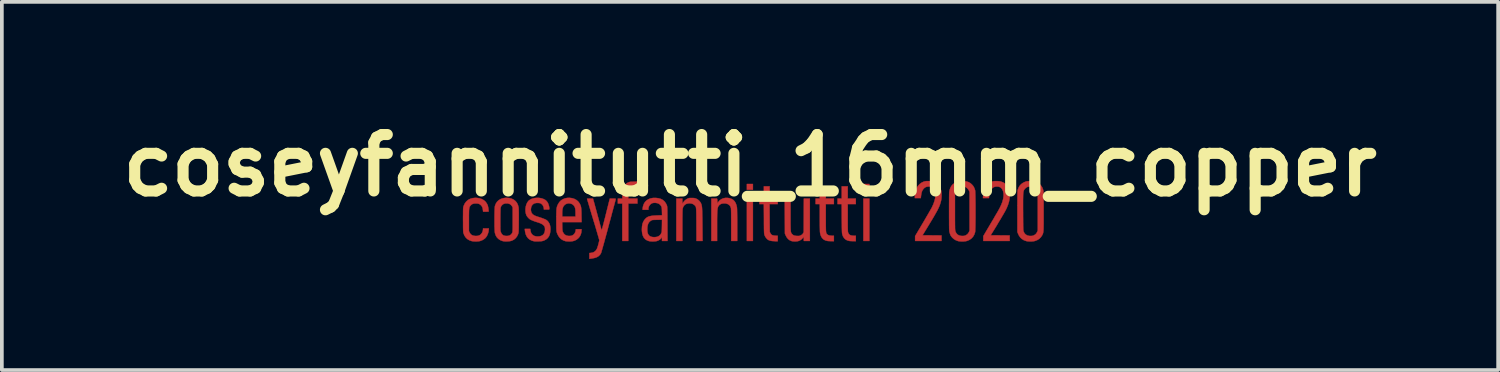
<source format=kicad_pcb>
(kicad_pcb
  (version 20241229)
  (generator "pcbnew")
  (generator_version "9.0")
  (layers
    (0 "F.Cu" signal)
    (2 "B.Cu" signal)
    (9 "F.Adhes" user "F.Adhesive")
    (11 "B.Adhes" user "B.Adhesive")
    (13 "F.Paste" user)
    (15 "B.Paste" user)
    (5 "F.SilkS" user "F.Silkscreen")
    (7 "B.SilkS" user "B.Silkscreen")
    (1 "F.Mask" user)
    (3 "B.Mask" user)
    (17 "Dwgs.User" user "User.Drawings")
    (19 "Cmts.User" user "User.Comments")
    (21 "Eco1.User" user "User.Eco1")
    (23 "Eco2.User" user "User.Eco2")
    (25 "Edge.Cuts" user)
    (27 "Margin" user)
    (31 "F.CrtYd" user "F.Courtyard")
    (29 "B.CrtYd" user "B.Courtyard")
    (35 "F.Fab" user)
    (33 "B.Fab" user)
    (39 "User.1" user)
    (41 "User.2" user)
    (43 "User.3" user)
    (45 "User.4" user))
  (footprint "coseyfannitutti_16mm_copper"
    (layer "F.Cu")
    (at 17.207 1.418)
    (property "Reference" "coseyfannitutti_16mm_copper" (at 0 0 180) (layer "F.SilkS") (effects (font (size 1.524 1.524) (thickness 0.3))))
    (attr through_hole)
    (fp_poly (pts (xy 0.078 0.656) (xy -0.085 0.656) (xy -0.085 0.501) (xy 0.078 0.501) (xy 0.078 0.656)) (stroke (width 0.01) (type solid)) (fill yes) (layer "F.Cu"))
    (fp_poly (pts (xy 0.078 2.039) (xy -0.085 2.039) (xy -0.085 0.896) (xy 0.078 0.896) (xy 0.078 2.039)) (stroke (width 0.01) (type solid)) (fill yes) (layer "F.Cu"))
    (fp_poly (pts (xy 3.224 0.656) (xy 3.062 0.656) (xy 3.062 0.501) (xy 3.224 0.501) (xy 3.224 0.656)) (stroke (width 0.01) (type solid)) (fill yes) (layer "F.Cu"))
    (fp_poly (pts (xy 3.224 2.039) (xy 3.062 2.039) (xy 3.062 0.896) (xy 3.224 0.896) (xy 3.224 2.039)) (stroke (width 0.01) (type solid)) (fill yes) (layer "F.Cu"))
    (fp_poly (pts (xy 0.531 0.728) (xy 0.533 0.893) (xy 0.748 0.896) (xy 0.748 1.044) (xy 0.528 1.044) (xy 0.53 1.42) (xy 0.533 1.796) (xy 0.549 1.829) (xy 0.566 1.856) (xy 0.586 1.875) (xy 0.612 1.887) (xy 0.648 1.894) (xy 0.682 1.897) (xy 0.748 1.9) (xy 0.748 2.046) (xy 0.676 2.046) (xy 0.64 2.044) (xy 0.604 2.042) (xy 0.575 2.038) (xy 0.564 2.036) (xy 0.537 2.029) (xy 0.51 2.02) (xy 0.499 2.015) (xy 0.466 1.993) (xy 0.436 1.96) (xy 0.41 1.922) (xy 0.393 1.885) (xy 0.39 1.875) (xy 0.387 1.864) (xy 0.385 1.853) (xy 0.383 1.84) (xy 0.381 1.823) (xy 0.38 1.802) (xy 0.379 1.774) (xy 0.378 1.74) (xy 0.377 1.697) (xy 0.377 1.645) (xy 0.376 1.582) (xy 0.376 1.507) (xy 0.376 1.441) (xy 0.373 1.044) (xy 0.254 1.044) (xy 0.254 0.896) (xy 0.374 0.896) (xy 0.374 0.564) (xy 0.529 0.564) (xy 0.531 0.728)) (stroke (width 0.01) (type solid)) (fill yes) (layer "F.Cu"))
    (fp_poly (pts (xy -3.041 0.586) (xy -3.115 0.586) (xy -3.157 0.586) (xy -3.188 0.589) (xy -3.212 0.595) (xy -3.23 0.605) (xy -3.247 0.619) (xy -3.263 0.638) (xy -3.274 0.664) (xy -3.282 0.697) (xy -3.286 0.74) (xy -3.288 0.795) (xy -3.288 0.802) (xy -3.288 0.896) (xy -3.041 0.896) (xy -3.041 1.03) (xy -3.288 1.03) (xy -3.288 2.039) (xy -3.45 2.039) (xy -3.45 1.03) (xy -3.57 1.03) (xy -3.57 0.896) (xy -3.51 0.896) (xy -3.483 0.896) (xy -3.462 0.895) (xy -3.451 0.895) (xy -3.449 0.894) (xy -3.449 0.887) (xy -3.448 0.868) (xy -3.447 0.839) (xy -3.445 0.803) (xy -3.443 0.766) (xy -3.441 0.717) (xy -3.439 0.68) (xy -3.436 0.652) (xy -3.432 0.63) (xy -3.427 0.611) (xy -3.423 0.598) (xy -3.398 0.551) (xy -3.362 0.509) (xy -3.319 0.475) (xy -3.293 0.462) (xy -3.275 0.454) (xy -3.258 0.448) (xy -3.24 0.444) (xy -3.218 0.442) (xy -3.187 0.44) (xy -3.146 0.439) (xy -3.145 0.439) (xy -3.041 0.436) (xy -3.041 0.586)) (stroke (width 0.01) (type solid)) (fill yes) (layer "F.Cu"))
    (fp_poly (pts (xy 2.046 0.896) (xy 2.265 0.896) (xy 2.265 1.044) (xy 2.046 1.044) (xy 2.046 1.416) (xy 2.047 1.502) (xy 2.047 1.575) (xy 2.047 1.636) (xy 2.048 1.687) (xy 2.049 1.728) (xy 2.05 1.761) (xy 2.053 1.787) (xy 2.055 1.807) (xy 2.059 1.822) (xy 2.063 1.834) (xy 2.068 1.843) (xy 2.074 1.852) (xy 2.079 1.857) (xy 2.106 1.878) (xy 2.143 1.892) (xy 2.192 1.897) (xy 2.207 1.898) (xy 2.265 1.898) (xy 2.265 2.046) (xy 2.193 2.045) (xy 2.158 2.044) (xy 2.125 2.043) (xy 2.098 2.04) (xy 2.088 2.039) (xy 2.032 2.024) (xy 1.985 1.998) (xy 1.947 1.961) (xy 1.919 1.914) (xy 1.899 1.856) (xy 1.891 1.81) (xy 1.889 1.793) (xy 1.888 1.764) (xy 1.887 1.724) (xy 1.886 1.674) (xy 1.885 1.616) (xy 1.885 1.553) (xy 1.884 1.484) (xy 1.884 1.413) (xy 1.884 1.402) (xy 1.884 1.044) (xy 1.771 1.044) (xy 1.771 0.896) (xy 1.884 0.896) (xy 1.884 0.564) (xy 2.046 0.564) (xy 2.046 0.896)) (stroke (width 0.01) (type solid)) (fill yes) (layer "F.Cu"))
    (fp_poly (pts (xy 2.639 0.896) (xy 2.857 0.896) (xy 2.857 1.044) (xy 2.639 1.044) (xy 2.639 1.414) (xy 2.639 1.498) (xy 2.639 1.569) (xy 2.639 1.628) (xy 2.64 1.676) (xy 2.641 1.715) (xy 2.642 1.746) (xy 2.643 1.77) (xy 2.644 1.788) (xy 2.646 1.801) (xy 2.649 1.811) (xy 2.65 1.814) (xy 2.666 1.847) (xy 2.688 1.872) (xy 2.719 1.887) (xy 2.759 1.896) (xy 2.799 1.898) (xy 2.857 1.898) (xy 2.857 2.046) (xy 2.785 2.045) (xy 2.75 2.044) (xy 2.717 2.043) (xy 2.69 2.04) (xy 2.68 2.039) (xy 2.624 2.024) (xy 2.578 1.998) (xy 2.54 1.962) (xy 2.511 1.915) (xy 2.493 1.865) (xy 2.49 1.855) (xy 2.488 1.842) (xy 2.486 1.826) (xy 2.484 1.806) (xy 2.483 1.78) (xy 2.482 1.747) (xy 2.481 1.706) (xy 2.48 1.656) (xy 2.48 1.595) (xy 2.479 1.522) (xy 2.478 1.437) (xy 2.478 1.434) (xy 2.476 1.044) (xy 2.364 1.044) (xy 2.364 0.896) (xy 2.477 0.896) (xy 2.477 0.564) (xy 2.639 0.564) (xy 2.639 0.896)) (stroke (width 0.01) (type solid)) (fill yes) (layer "F.Cu"))
    (fp_poly (pts (xy 1.094 1.329) (xy 1.094 1.423) (xy 1.094 1.504) (xy 1.094 1.573) (xy 1.095 1.631) (xy 1.096 1.679) (xy 1.097 1.719) (xy 1.099 1.751) (xy 1.101 1.776) (xy 1.105 1.796) (xy 1.109 1.812) (xy 1.113 1.824) (xy 1.119 1.834) (xy 1.126 1.843) (xy 1.134 1.852) (xy 1.135 1.853) (xy 1.157 1.874) (xy 1.182 1.889) (xy 1.212 1.898) (xy 1.251 1.903) (xy 1.268 1.904) (xy 1.3 1.905) (xy 1.323 1.904) (xy 1.341 1.901) (xy 1.358 1.894) (xy 1.372 1.888) (xy 1.4 1.871) (xy 1.42 1.852) (xy 1.431 1.836) (xy 1.45 1.803) (xy 1.452 1.349) (xy 1.454 0.896) (xy 1.616 0.896) (xy 1.616 2.039) (xy 1.454 2.039) (xy 1.452 1.982) (xy 1.45 1.925) (xy 1.428 1.956) (xy 1.393 1.995) (xy 1.348 2.025) (xy 1.306 2.042) (xy 1.27 2.049) (xy 1.226 2.052) (xy 1.182 2.051) (xy 1.141 2.047) (xy 1.121 2.042) (xy 1.069 2.019) (xy 1.025 1.984) (xy 0.988 1.937) (xy 0.958 1.878) (xy 0.942 1.838) (xy 0.94 1.367) (xy 0.938 0.896) (xy 1.094 0.896) (xy 1.094 1.329)) (stroke (width 0.01) (type solid)) (fill yes) (layer "F.Cu"))
    (fp_poly (pts (xy -0.554 0.885) (xy -0.498 0.904) (xy -0.452 0.932) (xy -0.415 0.971) (xy -0.386 1.02) (xy -0.365 1.08) (xy -0.353 1.135) (xy -0.352 1.154) (xy -0.35 1.187) (xy -0.349 1.234) (xy -0.348 1.293) (xy -0.347 1.364) (xy -0.346 1.448) (xy -0.346 1.542) (xy -0.346 1.612) (xy -0.346 2.039) (xy -0.508 2.039) (xy -0.508 1.608) (xy -0.508 1.505) (xy -0.509 1.414) (xy -0.509 1.336) (xy -0.51 1.271) (xy -0.511 1.219) (xy -0.513 1.181) (xy -0.514 1.157) (xy -0.516 1.148) (xy -0.533 1.103) (xy -0.561 1.069) (xy -0.599 1.044) (xy -0.647 1.029) (xy -0.677 1.025) (xy -0.728 1.026) (xy -0.774 1.036) (xy -0.811 1.055) (xy -0.824 1.066) (xy -0.837 1.079) (xy -0.847 1.092) (xy -0.857 1.105) (xy -0.864 1.121) (xy -0.871 1.141) (xy -0.876 1.164) (xy -0.88 1.193) (xy -0.883 1.229) (xy -0.885 1.272) (xy -0.887 1.324) (xy -0.888 1.386) (xy -0.889 1.458) (xy -0.889 1.543) (xy -0.889 1.638) (xy -0.889 2.039) (xy -1.044 2.039) (xy -1.044 0.896) (xy -0.891 0.896) (xy -0.886 0.918) (xy -0.884 0.937) (xy -0.882 0.964) (xy -0.882 0.983) (xy -0.882 1.026) (xy -0.862 0.994) (xy -0.825 0.949) (xy -0.78 0.914) (xy -0.727 0.89) (xy -0.669 0.877) (xy -0.606 0.877) (xy -0.554 0.885)) (stroke (width 0.01) (type solid)) (fill yes) (layer "F.Cu"))
    (fp_poly (pts (xy -1.535 0.88) (xy -1.507 0.882) (xy -1.483 0.887) (xy -1.459 0.895) (xy -1.457 0.896) (xy -1.411 0.921) (xy -1.369 0.957) (xy -1.337 1) (xy -1.331 1.011) (xy -1.324 1.026) (xy -1.317 1.041) (xy -1.311 1.057) (xy -1.307 1.074) (xy -1.303 1.095) (xy -1.299 1.119) (xy -1.296 1.149) (xy -1.294 1.185) (xy -1.292 1.228) (xy -1.291 1.28) (xy -1.29 1.341) (xy -1.288 1.414) (xy -1.287 1.498) (xy -1.286 1.593) (xy -1.282 2.039) (xy -1.446 2.039) (xy -1.448 1.596) (xy -1.448 1.503) (xy -1.449 1.422) (xy -1.449 1.353) (xy -1.45 1.295) (xy -1.451 1.247) (xy -1.453 1.207) (xy -1.455 1.176) (xy -1.458 1.15) (xy -1.461 1.13) (xy -1.466 1.115) (xy -1.472 1.103) (xy -1.479 1.093) (xy -1.487 1.084) (xy -1.497 1.075) (xy -1.507 1.066) (xy -1.543 1.042) (xy -1.585 1.028) (xy -1.635 1.024) (xy -1.658 1.025) (xy -1.709 1.034) (xy -1.751 1.055) (xy -1.784 1.087) (xy -1.808 1.129) (xy -1.819 1.168) (xy -1.821 1.184) (xy -1.823 1.211) (xy -1.824 1.25) (xy -1.825 1.301) (xy -1.826 1.364) (xy -1.827 1.439) (xy -1.827 1.529) (xy -1.827 1.624) (xy -1.827 2.039) (xy -1.99 2.039) (xy -1.99 0.896) (xy -1.827 0.896) (xy -1.827 1.033) (xy -1.807 1.002) (xy -1.767 0.952) (xy -1.719 0.914) (xy -1.69 0.898) (xy -1.669 0.889) (xy -1.65 0.883) (xy -1.63 0.88) (xy -1.604 0.879) (xy -1.573 0.879) (xy -1.535 0.88)) (stroke (width 0.01) (type solid)) (fill yes) (layer "F.Cu"))
    (fp_poly (pts (xy 6.683 0.424) (xy 6.727 0.427) (xy 6.763 0.433) (xy 6.769 0.434) (xy 6.834 0.457) (xy 6.888 0.491) (xy 6.934 0.535) (xy 6.969 0.589) (xy 6.994 0.652) (xy 7.01 0.725) (xy 7.015 0.807) (xy 7.015 0.808) (xy 7.01 0.89) (xy 6.996 0.972) (xy 6.971 1.055) (xy 6.936 1.143) (xy 6.907 1.203) (xy 6.894 1.227) (xy 6.875 1.262) (xy 6.85 1.305) (xy 6.82 1.356) (xy 6.787 1.413) (xy 6.75 1.475) (xy 6.711 1.539) (xy 6.672 1.606) (xy 6.632 1.672) (xy 6.592 1.737) (xy 6.554 1.798) (xy 6.521 1.852) (xy 6.499 1.887) (xy 6.756 1.889) (xy 7.013 1.891) (xy 7.013 2.039) (xy 6.301 2.039) (xy 6.301 1.908) (xy 6.499 1.573) (xy 6.538 1.507) (xy 6.576 1.443) (xy 6.612 1.38) (xy 6.646 1.322) (xy 6.677 1.27) (xy 6.703 1.225) (xy 6.723 1.188) (xy 6.738 1.161) (xy 6.742 1.154) (xy 6.784 1.066) (xy 6.816 0.983) (xy 6.837 0.904) (xy 6.848 0.83) (xy 6.848 0.763) (xy 6.837 0.703) (xy 6.818 0.655) (xy 6.792 0.617) (xy 6.76 0.591) (xy 6.721 0.575) (xy 6.673 0.57) (xy 6.668 0.57) (xy 6.62 0.574) (xy 6.581 0.588) (xy 6.546 0.613) (xy 6.53 0.629) (xy 6.503 0.665) (xy 6.483 0.707) (xy 6.469 0.758) (xy 6.461 0.813) (xy 6.453 0.882) (xy 6.291 0.882) (xy 6.296 0.81) (xy 6.304 0.735) (xy 6.321 0.666) (xy 6.344 0.605) (xy 6.347 0.598) (xy 6.378 0.551) (xy 6.419 0.508) (xy 6.466 0.471) (xy 6.517 0.444) (xy 6.558 0.43) (xy 6.593 0.425) (xy 6.636 0.423) (xy 6.683 0.424)) (stroke (width 0.01) (type solid)) (fill yes) (layer "F.Cu"))
    (fp_poly (pts (xy 4.839 0.423) (xy 4.883 0.426) (xy 4.92 0.432) (xy 4.928 0.434) (xy 4.992 0.457) (xy 5.048 0.491) (xy 5.093 0.536) (xy 5.129 0.591) (xy 5.156 0.656) (xy 5.162 0.677) (xy 5.169 0.717) (xy 5.173 0.766) (xy 5.174 0.82) (xy 5.171 0.874) (xy 5.165 0.923) (xy 5.162 0.942) (xy 5.153 0.979) (xy 5.143 1.015) (xy 5.132 1.051) (xy 5.118 1.088) (xy 5.102 1.127) (xy 5.082 1.169) (xy 5.058 1.217) (xy 5.029 1.269) (xy 4.995 1.329) (xy 4.956 1.397) (xy 4.91 1.474) (xy 4.857 1.561) (xy 4.846 1.58) (xy 4.659 1.887) (xy 4.915 1.889) (xy 5.172 1.891) (xy 5.172 2.039) (xy 4.459 2.039) (xy 4.459 1.909) (xy 4.668 1.556) (xy 4.708 1.489) (xy 4.746 1.423) (xy 4.782 1.361) (xy 4.816 1.303) (xy 4.846 1.25) (xy 4.872 1.205) (xy 4.893 1.168) (xy 4.908 1.141) (xy 4.914 1.129) (xy 4.952 1.046) (xy 4.98 0.967) (xy 4.999 0.892) (xy 5.008 0.823) (xy 5.007 0.771) (xy 5.002 0.727) (xy 4.993 0.693) (xy 4.98 0.663) (xy 4.965 0.638) (xy 4.935 0.604) (xy 4.899 0.582) (xy 4.854 0.571) (xy 4.828 0.57) (xy 4.78 0.574) (xy 4.741 0.587) (xy 4.707 0.611) (xy 4.689 0.629) (xy 4.663 0.663) (xy 4.644 0.702) (xy 4.63 0.749) (xy 4.621 0.806) (xy 4.62 0.812) (xy 4.612 0.882) (xy 4.452 0.882) (xy 4.452 0.834) (xy 4.455 0.788) (xy 4.463 0.737) (xy 4.475 0.685) (xy 4.489 0.638) (xy 4.502 0.609) (xy 4.536 0.554) (xy 4.58 0.506) (xy 4.631 0.467) (xy 4.687 0.44) (xy 4.717 0.431) (xy 4.75 0.425) (xy 4.793 0.423) (xy 4.839 0.423)) (stroke (width 0.01) (type solid)) (fill yes) (layer "F.Cu"))
    (fp_poly (pts (xy -4.803 0.885) (xy -4.741 0.905) (xy -4.685 0.936) (xy -4.639 0.976) (xy -4.603 1.025) (xy -4.597 1.037) (xy -4.585 1.061) (xy -4.576 1.082) (xy -4.569 1.104) (xy -4.564 1.128) (xy -4.56 1.157) (xy -4.557 1.191) (xy -4.555 1.234) (xy -4.553 1.287) (xy -4.553 1.339) (xy -4.549 1.531) (xy -5.074 1.531) (xy -5.071 1.649) (xy -5.07 1.697) (xy -5.068 1.733) (xy -5.065 1.76) (xy -5.061 1.779) (xy -5.057 1.794) (xy -5.056 1.795) (xy -5.03 1.84) (xy -4.997 1.873) (xy -4.956 1.894) (xy -4.907 1.904) (xy -4.884 1.905) (xy -4.85 1.903) (xy -4.82 1.898) (xy -4.806 1.894) (xy -4.768 1.871) (xy -4.738 1.837) (xy -4.717 1.795) (xy -4.708 1.756) (xy -4.704 1.722) (xy -4.551 1.722) (xy -4.551 1.759) (xy -4.558 1.82) (xy -4.577 1.879) (xy -4.607 1.932) (xy -4.639 1.968) (xy -4.684 2.004) (xy -4.732 2.029) (xy -4.785 2.045) (xy -4.847 2.052) (xy -4.882 2.052) (xy -4.916 2.051) (xy -4.948 2.049) (xy -4.973 2.047) (xy -4.98 2.046) (xy -5.039 2.027) (xy -5.092 1.996) (xy -5.139 1.954) (xy -5.177 1.902) (xy -5.207 1.842) (xy -5.219 1.806) (xy -5.222 1.793) (xy -5.225 1.78) (xy -5.227 1.763) (xy -5.228 1.743) (xy -5.23 1.717) (xy -5.231 1.683) (xy -5.231 1.642) (xy -5.232 1.59) (xy -5.232 1.526) (xy -5.232 1.475) (xy -5.232 1.397) (xy -5.231 1.332) (xy -5.231 1.299) (xy -5.073 1.299) (xy -5.073 1.383) (xy -4.713 1.383) (xy -4.713 1.285) (xy -4.714 1.232) (xy -4.717 1.19) (xy -4.723 1.156) (xy -4.732 1.128) (xy -4.746 1.102) (xy -4.751 1.093) (xy -4.78 1.062) (xy -4.817 1.04) (xy -4.859 1.027) (xy -4.903 1.024) (xy -4.946 1.032) (xy -4.985 1.05) (xy -5.003 1.064) (xy -5.028 1.09) (xy -5.046 1.119) (xy -5.059 1.154) (xy -5.068 1.198) (xy -5.072 1.251) (xy -5.073 1.299) (xy -5.231 1.299) (xy -5.23 1.278) (xy -5.229 1.233) (xy -5.227 1.196) (xy -5.224 1.166) (xy -5.219 1.14) (xy -5.214 1.117) (xy -5.207 1.096) (xy -5.198 1.075) (xy -5.188 1.052) (xy -5.185 1.047) (xy -5.152 0.993) (xy -5.109 0.948) (xy -5.058 0.914) (xy -5 0.89) (xy -4.935 0.877) (xy -4.866 0.876) (xy -4.803 0.885)) (stroke (width 0.01) (type solid)) (fill yes) (layer "F.Cu"))
    (fp_poly (pts (xy -7.375 0.877) (xy -7.303 0.888) (xy -7.24 0.91) (xy -7.185 0.942) (xy -7.139 0.984) (xy -7.104 1.036) (xy -7.083 1.082) (xy -7.078 1.103) (xy -7.072 1.131) (xy -7.067 1.162) (xy -7.063 1.192) (xy -7.06 1.218) (xy -7.06 1.237) (xy -7.062 1.246) (xy -7.07 1.247) (xy -7.089 1.248) (xy -7.115 1.249) (xy -7.137 1.249) (xy -7.209 1.249) (xy -7.214 1.202) (xy -7.221 1.156) (xy -7.235 1.119) (xy -7.255 1.089) (xy -7.262 1.081) (xy -7.29 1.056) (xy -7.318 1.039) (xy -7.351 1.03) (xy -7.392 1.027) (xy -7.405 1.027) (xy -7.451 1.029) (xy -7.487 1.038) (xy -7.517 1.053) (xy -7.543 1.077) (xy -7.549 1.084) (xy -7.559 1.097) (xy -7.567 1.109) (xy -7.574 1.121) (xy -7.579 1.136) (xy -7.583 1.155) (xy -7.586 1.178) (xy -7.589 1.208) (xy -7.59 1.246) (xy -7.591 1.292) (xy -7.592 1.349) (xy -7.592 1.418) (xy -7.592 1.474) (xy -7.592 1.774) (xy -7.575 1.81) (xy -7.55 1.85) (xy -7.518 1.878) (xy -7.477 1.896) (xy -7.427 1.904) (xy -7.409 1.905) (xy -7.364 1.903) (xy -7.328 1.895) (xy -7.297 1.881) (xy -7.269 1.859) (xy -7.266 1.856) (xy -7.237 1.818) (xy -7.218 1.772) (xy -7.211 1.724) (xy -7.211 1.724) (xy -7.211 1.7) (xy -7.056 1.7) (xy -7.056 1.72) (xy -7.061 1.776) (xy -7.076 1.834) (xy -7.098 1.889) (xy -7.127 1.936) (xy -7.15 1.963) (xy -7.189 1.994) (xy -7.236 2.021) (xy -7.287 2.04) (xy -7.308 2.045) (xy -7.342 2.05) (xy -7.383 2.052) (xy -7.428 2.052) (xy -7.471 2.05) (xy -7.506 2.045) (xy -7.52 2.042) (xy -7.584 2.019) (xy -7.638 1.986) (xy -7.682 1.942) (xy -7.716 1.889) (xy -7.74 1.826) (xy -7.741 1.824) (xy -7.743 1.812) (xy -7.745 1.796) (xy -7.747 1.774) (xy -7.748 1.745) (xy -7.749 1.707) (xy -7.75 1.66) (xy -7.75 1.602) (xy -7.75 1.532) (xy -7.751 1.464) (xy -7.751 1.388) (xy -7.75 1.325) (xy -7.75 1.273) (xy -7.75 1.231) (xy -7.749 1.197) (xy -7.748 1.171) (xy -7.747 1.151) (xy -7.745 1.135) (xy -7.743 1.122) (xy -7.74 1.111) (xy -7.737 1.101) (xy -7.734 1.094) (xy -7.705 1.03) (xy -7.666 0.977) (xy -7.619 0.935) (xy -7.563 0.904) (xy -7.5 0.884) (xy -7.428 0.876) (xy -7.375 0.877)) (stroke (width 0.01) (type solid)) (fill yes) (layer "F.Cu"))
    (fp_poly (pts (xy -4.231 0.933) (xy -4.227 0.948) (xy -4.219 0.975) (xy -4.209 1.012) (xy -4.196 1.058) (xy -4.182 1.111) (xy -4.166 1.17) (xy -4.149 1.232) (xy -4.132 1.295) (xy -4.115 1.36) (xy -4.097 1.423) (xy -4.081 1.483) (xy -4.066 1.538) (xy -4.053 1.588) (xy -4.042 1.629) (xy -4.033 1.661) (xy -4.028 1.679) (xy -4.021 1.707) (xy -4.014 1.731) (xy -4.009 1.746) (xy -4.008 1.749) (xy -4.005 1.744) (xy -4 1.726) (xy -3.991 1.697) (xy -3.98 1.658) (xy -3.967 1.609) (xy -3.952 1.553) (xy -3.936 1.489) (xy -3.918 1.42) (xy -3.899 1.346) (xy -3.895 1.327) (xy -3.787 0.896) (xy -3.707 0.896) (xy -3.67 0.896) (xy -3.645 0.898) (xy -3.631 0.9) (xy -3.627 0.904) (xy -3.627 0.905) (xy -3.628 0.916) (xy -3.633 0.936) (xy -3.64 0.961) (xy -3.64 0.963) (xy -3.644 0.977) (xy -3.651 1.003) (xy -3.661 1.041) (xy -3.674 1.09) (xy -3.69 1.148) (xy -3.708 1.215) (xy -3.728 1.289) (xy -3.749 1.37) (xy -3.772 1.456) (xy -3.797 1.546) (xy -3.822 1.64) (xy -3.831 1.675) (xy -3.856 1.77) (xy -3.881 1.861) (xy -3.905 1.948) (xy -3.927 2.029) (xy -3.948 2.105) (xy -3.967 2.172) (xy -3.984 2.232) (xy -3.998 2.282) (xy -4.01 2.322) (xy -4.018 2.351) (xy -4.024 2.367) (xy -4.025 2.37) (xy -4.053 2.414) (xy -4.089 2.449) (xy -4.135 2.477) (xy -4.191 2.497) (xy -4.259 2.511) (xy -4.295 2.516) (xy -4.339 2.521) (xy -4.339 2.366) (xy -4.295 2.362) (xy -4.243 2.352) (xy -4.199 2.329) (xy -4.162 2.295) (xy -4.135 2.252) (xy -4.127 2.233) (xy -4.118 2.205) (xy -4.107 2.171) (xy -4.097 2.133) (xy -4.087 2.096) (xy -4.079 2.062) (xy -4.073 2.035) (xy -4.071 2.018) (xy -4.071 2.018) (xy -4.073 2.009) (xy -4.079 1.987) (xy -4.088 1.954) (xy -4.101 1.91) (xy -4.116 1.857) (xy -4.134 1.796) (xy -4.154 1.728) (xy -4.176 1.653) (xy -4.2 1.573) (xy -4.226 1.49) (xy -4.237 1.452) (xy -4.263 1.367) (xy -4.287 1.286) (xy -4.31 1.21) (xy -4.331 1.14) (xy -4.35 1.077) (xy -4.366 1.022) (xy -4.38 0.976) (xy -4.391 0.94) (xy -4.398 0.915) (xy -4.402 0.902) (xy -4.403 0.9) (xy -4.396 0.898) (xy -4.378 0.897) (xy -4.352 0.896) (xy -4.322 0.896) (xy -4.241 0.896) (xy -4.231 0.933)) (stroke (width 0.01) (type solid)) (fill yes) (layer "F.Cu"))
    (fp_poly (pts (xy -5.694 0.877) (xy -5.634 0.888) (xy -5.579 0.906) (xy -5.53 0.932) (xy -5.499 0.958) (xy -5.472 0.992) (xy -5.449 1.036) (xy -5.433 1.085) (xy -5.426 1.115) (xy -5.421 1.149) (xy -5.419 1.171) (xy -5.422 1.184) (xy -5.433 1.19) (xy -5.453 1.192) (xy -5.485 1.192) (xy -5.493 1.192) (xy -5.567 1.192) (xy -5.567 1.173) (xy -5.573 1.131) (xy -5.589 1.092) (xy -5.613 1.058) (xy -5.643 1.032) (xy -5.664 1.022) (xy -5.694 1.015) (xy -5.731 1.013) (xy -5.77 1.014) (xy -5.806 1.02) (xy -5.832 1.029) (xy -5.869 1.055) (xy -5.896 1.091) (xy -5.912 1.135) (xy -5.919 1.186) (xy -5.918 1.211) (xy -5.91 1.255) (xy -5.893 1.291) (xy -5.867 1.322) (xy -5.829 1.348) (xy -5.779 1.37) (xy -5.753 1.379) (xy -5.686 1.4) (xy -5.632 1.418) (xy -5.588 1.434) (xy -5.553 1.448) (xy -5.525 1.46) (xy -5.503 1.472) (xy -5.485 1.485) (xy -5.47 1.499) (xy -5.456 1.514) (xy -5.446 1.526) (xy -5.418 1.572) (xy -5.4 1.626) (xy -5.391 1.689) (xy -5.39 1.718) (xy -5.395 1.793) (xy -5.408 1.858) (xy -5.43 1.913) (xy -5.462 1.958) (xy -5.503 1.995) (xy -5.555 2.024) (xy -5.58 2.034) (xy -5.602 2.04) (xy -5.628 2.045) (xy -5.66 2.048) (xy -5.702 2.05) (xy -5.715 2.05) (xy -5.752 2.05) (xy -5.785 2.05) (xy -5.811 2.05) (xy -5.826 2.049) (xy -5.828 2.049) (xy -5.894 2.031) (xy -5.949 2.003) (xy -5.995 1.966) (xy -6.03 1.919) (xy -6.057 1.862) (xy -6.074 1.795) (xy -6.079 1.759) (xy -6.083 1.714) (xy -5.936 1.714) (xy -5.931 1.755) (xy -5.919 1.807) (xy -5.897 1.849) (xy -5.865 1.882) (xy -5.823 1.905) (xy -5.772 1.917) (xy -5.733 1.919) (xy -5.675 1.914) (xy -5.627 1.898) (xy -5.589 1.873) (xy -5.561 1.837) (xy -5.544 1.793) (xy -5.537 1.738) (xy -5.537 1.728) (xy -5.539 1.691) (xy -5.544 1.663) (xy -5.548 1.654) (xy -5.569 1.623) (xy -5.601 1.595) (xy -5.643 1.571) (xy -5.698 1.549) (xy -5.74 1.535) (xy -5.789 1.52) (xy -5.837 1.503) (xy -5.88 1.486) (xy -5.916 1.47) (xy -5.941 1.457) (xy -5.969 1.435) (xy -5.997 1.406) (xy -6.022 1.375) (xy -6.039 1.346) (xy -6.04 1.345) (xy -6.057 1.292) (xy -6.065 1.234) (xy -6.065 1.173) (xy -6.057 1.113) (xy -6.041 1.056) (xy -6.018 1.005) (xy -5.988 0.962) (xy -5.972 0.947) (xy -5.928 0.916) (xy -5.876 0.895) (xy -5.818 0.881) (xy -5.756 0.875) (xy -5.694 0.877)) (stroke (width 0.01) (type solid)) (fill yes) (layer "F.Cu"))
    (fp_poly (pts (xy -6.501 0.881) (xy -6.436 0.898) (xy -6.38 0.926) (xy -6.333 0.964) (xy -6.295 1.011) (xy -6.268 1.068) (xy -6.251 1.133) (xy -6.251 1.134) (xy -6.249 1.156) (xy -6.247 1.193) (xy -6.246 1.243) (xy -6.245 1.306) (xy -6.245 1.382) (xy -6.245 1.47) (xy -6.246 1.497) (xy -6.246 1.572) (xy -6.247 1.634) (xy -6.247 1.684) (xy -6.248 1.725) (xy -6.249 1.758) (xy -6.25 1.783) (xy -6.252 1.803) (xy -6.254 1.818) (xy -6.257 1.831) (xy -6.26 1.842) (xy -6.263 1.853) (xy -6.264 1.856) (xy -6.292 1.915) (xy -6.33 1.964) (xy -6.377 2.004) (xy -6.433 2.032) (xy -6.465 2.041) (xy -6.507 2.048) (xy -6.554 2.051) (xy -6.601 2.052) (xy -6.644 2.049) (xy -6.679 2.043) (xy -6.68 2.043) (xy -6.742 2.019) (xy -6.795 1.985) (xy -6.837 1.942) (xy -6.868 1.89) (xy -6.889 1.828) (xy -6.889 1.827) (xy -6.892 1.807) (xy -6.895 1.775) (xy -6.897 1.733) (xy -6.899 1.682) (xy -6.9 1.625) (xy -6.901 1.586) (xy -6.744 1.586) (xy -6.744 1.637) (xy -6.744 1.678) (xy -6.743 1.711) (xy -6.742 1.736) (xy -6.741 1.756) (xy -6.739 1.771) (xy -6.736 1.784) (xy -6.734 1.79) (xy -6.716 1.835) (xy -6.691 1.868) (xy -6.658 1.891) (xy -6.615 1.902) (xy -6.577 1.905) (xy -6.543 1.903) (xy -6.513 1.898) (xy -6.5 1.894) (xy -6.465 1.874) (xy -6.437 1.844) (xy -6.425 1.824) (xy -6.422 1.817) (xy -6.419 1.81) (xy -6.416 1.801) (xy -6.414 1.789) (xy -6.413 1.773) (xy -6.412 1.752) (xy -6.411 1.723) (xy -6.41 1.687) (xy -6.41 1.641) (xy -6.41 1.585) (xy -6.41 1.517) (xy -6.41 1.464) (xy -6.41 1.132) (xy -6.43 1.099) (xy -6.458 1.064) (xy -6.495 1.04) (xy -6.541 1.027) (xy -6.557 1.025) (xy -6.609 1.026) (xy -6.654 1.039) (xy -6.691 1.064) (xy -6.719 1.099) (xy -6.727 1.115) (xy -6.73 1.123) (xy -6.733 1.132) (xy -6.736 1.143) (xy -6.738 1.157) (xy -6.739 1.176) (xy -6.74 1.201) (xy -6.741 1.233) (xy -6.742 1.274) (xy -6.743 1.326) (xy -6.743 1.389) (xy -6.744 1.449) (xy -6.744 1.524) (xy -6.744 1.586) (xy -6.901 1.586) (xy -6.901 1.563) (xy -6.901 1.498) (xy -6.901 1.432) (xy -6.901 1.367) (xy -6.9 1.305) (xy -6.899 1.248) (xy -6.897 1.196) (xy -6.895 1.153) (xy -6.893 1.121) (xy -6.89 1.1) (xy -6.89 1.097) (xy -6.867 1.036) (xy -6.834 0.984) (xy -6.791 0.942) (xy -6.739 0.909) (xy -6.678 0.887) (xy -6.61 0.876) (xy -6.573 0.875) (xy -6.501 0.881)) (stroke (width 0.01) (type solid)) (fill yes) (layer "F.Cu"))
    (fp_poly (pts (xy -2.47 0.887) (xy -2.407 0.905) (xy -2.353 0.934) (xy -2.309 0.973) (xy -2.273 1.023) (xy -2.249 1.072) (xy -2.246 1.08) (xy -2.243 1.088) (xy -2.241 1.097) (xy -2.239 1.108) (xy -2.237 1.122) (xy -2.236 1.14) (xy -2.235 1.164) (xy -2.234 1.194) (xy -2.233 1.232) (xy -2.233 1.278) (xy -2.232 1.334) (xy -2.232 1.401) (xy -2.231 1.48) (xy -2.231 1.572) (xy -2.231 1.575) (xy -2.229 2.039) (xy -2.378 2.039) (xy -2.378 1.938) (xy -2.399 1.967) (xy -2.429 1.998) (xy -2.47 2.024) (xy -2.519 2.043) (xy -2.52 2.043) (xy -2.55 2.048) (xy -2.589 2.051) (xy -2.631 2.052) (xy -2.673 2.051) (xy -2.709 2.047) (xy -2.731 2.043) (xy -2.786 2.022) (xy -2.831 1.992) (xy -2.867 1.952) (xy -2.893 1.902) (xy -2.911 1.841) (xy -2.92 1.77) (xy -2.921 1.728) (xy -2.921 1.722) (xy -2.775 1.722) (xy -2.773 1.781) (xy -2.764 1.828) (xy -2.747 1.866) (xy -2.723 1.896) (xy -2.705 1.91) (xy -2.67 1.926) (xy -2.627 1.935) (xy -2.58 1.937) (xy -2.534 1.933) (xy -2.491 1.922) (xy -2.485 1.919) (xy -2.447 1.897) (xy -2.419 1.869) (xy -2.398 1.832) (xy -2.392 1.819) (xy -2.388 1.807) (xy -2.385 1.792) (xy -2.383 1.774) (xy -2.382 1.749) (xy -2.381 1.715) (xy -2.38 1.672) (xy -2.379 1.631) (xy -2.377 1.466) (xy -2.509 1.469) (xy -2.556 1.47) (xy -2.591 1.471) (xy -2.616 1.472) (xy -2.634 1.474) (xy -2.648 1.477) (xy -2.659 1.482) (xy -2.671 1.488) (xy -2.676 1.491) (xy -2.712 1.518) (xy -2.74 1.554) (xy -2.759 1.599) (xy -2.771 1.654) (xy -2.775 1.72) (xy -2.775 1.722) (xy -2.921 1.722) (xy -2.917 1.651) (xy -2.906 1.585) (xy -2.886 1.528) (xy -2.858 1.478) (xy -2.832 1.447) (xy -2.806 1.421) (xy -2.779 1.401) (xy -2.749 1.385) (xy -2.713 1.373) (xy -2.671 1.364) (xy -2.62 1.357) (xy -2.557 1.353) (xy -2.516 1.351) (xy -2.376 1.346) (xy -2.379 1.239) (xy -2.38 1.196) (xy -2.382 1.165) (xy -2.384 1.143) (xy -2.388 1.126) (xy -2.393 1.112) (xy -2.397 1.104) (xy -2.424 1.065) (xy -2.458 1.037) (xy -2.5 1.019) (xy -2.552 1.011) (xy -2.556 1.01) (xy -2.603 1.011) (xy -2.641 1.019) (xy -2.673 1.036) (xy -2.701 1.062) (xy -2.729 1.103) (xy -2.743 1.148) (xy -2.745 1.174) (xy -2.745 1.199) (xy -2.9 1.199) (xy -2.9 1.173) (xy -2.898 1.152) (xy -2.894 1.124) (xy -2.889 1.101) (xy -2.868 1.04) (xy -2.837 0.989) (xy -2.795 0.946) (xy -2.744 0.913) (xy -2.685 0.89) (xy -2.618 0.878) (xy -2.544 0.877) (xy -2.47 0.887)) (stroke (width 0.01) (type solid)) (fill yes) (layer "F.Cu"))
    (fp_poly (pts (xy 5.801 0.426) (xy 5.856 0.435) (xy 5.904 0.452) (xy 5.947 0.476) (xy 5.989 0.511) (xy 5.99 0.512) (xy 6.031 0.559) (xy 6.061 0.615) (xy 6.078 0.668) (xy 6.081 0.684) (xy 6.083 0.712) (xy 6.084 0.752) (xy 6.086 0.802) (xy 6.087 0.86) (xy 6.088 0.926) (xy 6.089 0.997) (xy 6.09 1.073) (xy 6.09 1.151) (xy 6.09 1.231) (xy 6.09 1.311) (xy 6.09 1.39) (xy 6.089 1.466) (xy 6.088 1.537) (xy 6.087 1.604) (xy 6.086 1.663) (xy 6.084 1.715) (xy 6.083 1.756) (xy 6.081 1.787) (xy 6.078 1.805) (xy 6.078 1.806) (xy 6.056 1.87) (xy 6.023 1.926) (xy 5.98 1.973) (xy 5.927 2.01) (xy 5.864 2.037) (xy 5.844 2.043) (xy 5.811 2.048) (xy 5.769 2.052) (xy 5.723 2.052) (xy 5.677 2.051) (xy 5.638 2.046) (xy 5.617 2.042) (xy 5.56 2.021) (xy 5.507 1.989) (xy 5.462 1.95) (xy 5.427 1.905) (xy 5.418 1.889) (xy 5.409 1.868) (xy 5.399 1.84) (xy 5.39 1.809) (xy 5.39 1.808) (xy 5.387 1.797) (xy 5.385 1.786) (xy 5.383 1.773) (xy 5.382 1.758) (xy 5.38 1.739) (xy 5.379 1.715) (xy 5.378 1.686) (xy 5.378 1.65) (xy 5.377 1.606) (xy 5.377 1.553) (xy 5.377 1.49) (xy 5.376 1.416) (xy 5.376 1.33) (xy 5.376 1.238) (xy 5.376 1.14) (xy 5.376 1.055) (xy 5.377 0.982) (xy 5.377 0.92) (xy 5.377 0.868) (xy 5.378 0.824) (xy 5.378 0.789) (xy 5.379 0.76) (xy 5.38 0.736) (xy 5.381 0.723) (xy 5.535 0.723) (xy 5.535 1.235) (xy 5.535 1.333) (xy 5.535 1.417) (xy 5.535 1.49) (xy 5.536 1.552) (xy 5.536 1.604) (xy 5.537 1.646) (xy 5.537 1.681) (xy 5.538 1.709) (xy 5.539 1.731) (xy 5.541 1.747) (xy 5.542 1.76) (xy 5.544 1.77) (xy 5.546 1.778) (xy 5.547 1.782) (xy 5.57 1.828) (xy 5.601 1.864) (xy 5.641 1.888) (xy 5.69 1.902) (xy 5.733 1.905) (xy 5.767 1.904) (xy 5.793 1.9) (xy 5.817 1.892) (xy 5.824 1.888) (xy 5.862 1.865) (xy 5.891 1.835) (xy 5.914 1.796) (xy 5.93 1.76) (xy 5.93 0.716) (xy 5.914 0.679) (xy 5.893 0.645) (xy 5.865 0.614) (xy 5.834 0.59) (xy 5.811 0.579) (xy 5.777 0.572) (xy 5.736 0.569) (xy 5.695 0.572) (xy 5.664 0.578) (xy 5.624 0.596) (xy 5.588 0.626) (xy 5.561 0.663) (xy 5.551 0.683) (xy 5.535 0.723) (xy 5.381 0.723) (xy 5.382 0.718) (xy 5.383 0.703) (xy 5.385 0.69) (xy 5.388 0.679) (xy 5.39 0.668) (xy 5.39 0.667) (xy 5.409 0.61) (xy 5.433 0.563) (xy 5.465 0.523) (xy 5.48 0.508) (xy 5.524 0.474) (xy 5.571 0.449) (xy 5.624 0.433) (xy 5.685 0.424) (xy 5.735 0.423) (xy 5.801 0.426)) (stroke (width 0.01) (type solid)) (fill yes) (layer "F.Cu"))
    (fp_poly (pts (xy 7.634 0.426) (xy 7.674 0.43) (xy 7.692 0.434) (xy 7.754 0.457) (xy 7.809 0.491) (xy 7.854 0.536) (xy 7.89 0.59) (xy 7.915 0.653) (xy 7.92 0.672) (xy 7.922 0.682) (xy 7.924 0.696) (xy 7.925 0.714) (xy 7.926 0.738) (xy 7.927 0.767) (xy 7.928 0.804) (xy 7.929 0.849) (xy 7.929 0.903) (xy 7.93 0.967) (xy 7.93 1.043) (xy 7.93 1.13) (xy 7.93 1.231) (xy 7.93 1.238) (xy 7.93 1.341) (xy 7.93 1.431) (xy 7.93 1.509) (xy 7.93 1.576) (xy 7.929 1.632) (xy 7.928 1.68) (xy 7.927 1.72) (xy 7.925 1.753) (xy 7.922 1.78) (xy 7.92 1.803) (xy 7.916 1.821) (xy 7.912 1.837) (xy 7.907 1.851) (xy 7.901 1.864) (xy 7.895 1.878) (xy 7.891 1.885) (xy 7.857 1.936) (xy 7.813 1.98) (xy 7.759 2.015) (xy 7.698 2.039) (xy 7.687 2.042) (xy 7.653 2.048) (xy 7.611 2.052) (xy 7.565 2.052) (xy 7.52 2.051) (xy 7.48 2.047) (xy 7.46 2.042) (xy 7.396 2.019) (xy 7.342 1.986) (xy 7.297 1.943) (xy 7.261 1.889) (xy 7.237 1.837) (xy 7.221 1.796) (xy 7.221 1.242) (xy 7.221 1.14) (xy 7.221 1.051) (xy 7.222 1.002) (xy 7.374 1.002) (xy 7.374 1.079) (xy 7.374 1.168) (xy 7.375 1.266) (xy 7.375 1.362) (xy 7.376 1.444) (xy 7.376 1.515) (xy 7.377 1.574) (xy 7.377 1.623) (xy 7.378 1.664) (xy 7.379 1.697) (xy 7.38 1.722) (xy 7.381 1.742) (xy 7.383 1.758) (xy 7.385 1.769) (xy 7.387 1.778) (xy 7.389 1.785) (xy 7.389 1.785) (xy 7.413 1.832) (xy 7.446 1.866) (xy 7.487 1.89) (xy 7.537 1.903) (xy 7.574 1.905) (xy 7.609 1.904) (xy 7.635 1.9) (xy 7.658 1.892) (xy 7.666 1.888) (xy 7.704 1.865) (xy 7.733 1.835) (xy 7.755 1.796) (xy 7.772 1.76) (xy 7.772 0.716) (xy 7.755 0.679) (xy 7.731 0.64) (xy 7.697 0.606) (xy 7.659 0.582) (xy 7.657 0.581) (xy 7.63 0.574) (xy 7.595 0.57) (xy 7.557 0.57) (xy 7.521 0.574) (xy 7.494 0.58) (xy 7.491 0.581) (xy 7.457 0.601) (xy 7.426 0.629) (xy 7.403 0.66) (xy 7.401 0.663) (xy 7.396 0.675) (xy 7.391 0.687) (xy 7.387 0.701) (xy 7.384 0.718) (xy 7.381 0.739) (xy 7.379 0.764) (xy 7.377 0.796) (xy 7.376 0.834) (xy 7.375 0.881) (xy 7.374 0.937) (xy 7.374 1.002) (xy 7.222 1.002) (xy 7.222 0.975) (xy 7.222 0.909) (xy 7.222 0.854) (xy 7.223 0.808) (xy 7.223 0.77) (xy 7.224 0.74) (xy 7.225 0.716) (xy 7.226 0.696) (xy 7.227 0.682) (xy 7.229 0.67) (xy 7.231 0.661) (xy 7.233 0.653) (xy 7.235 0.649) (xy 7.252 0.605) (xy 7.27 0.569) (xy 7.293 0.538) (xy 7.311 0.518) (xy 7.351 0.484) (xy 7.401 0.455) (xy 7.454 0.434) (xy 7.467 0.431) (xy 7.501 0.426) (xy 7.543 0.423) (xy 7.589 0.423) (xy 7.634 0.426)) (stroke (width 0.01) (type solid)) (fill yes) (layer "F.Cu")))
  (gr_rect
    (start -3 -3)
    (end 37.413 6.944)
    (stroke (width 0.1) (type default))
    (fill no)
    (layer "Edge.Cuts")))
</source>
